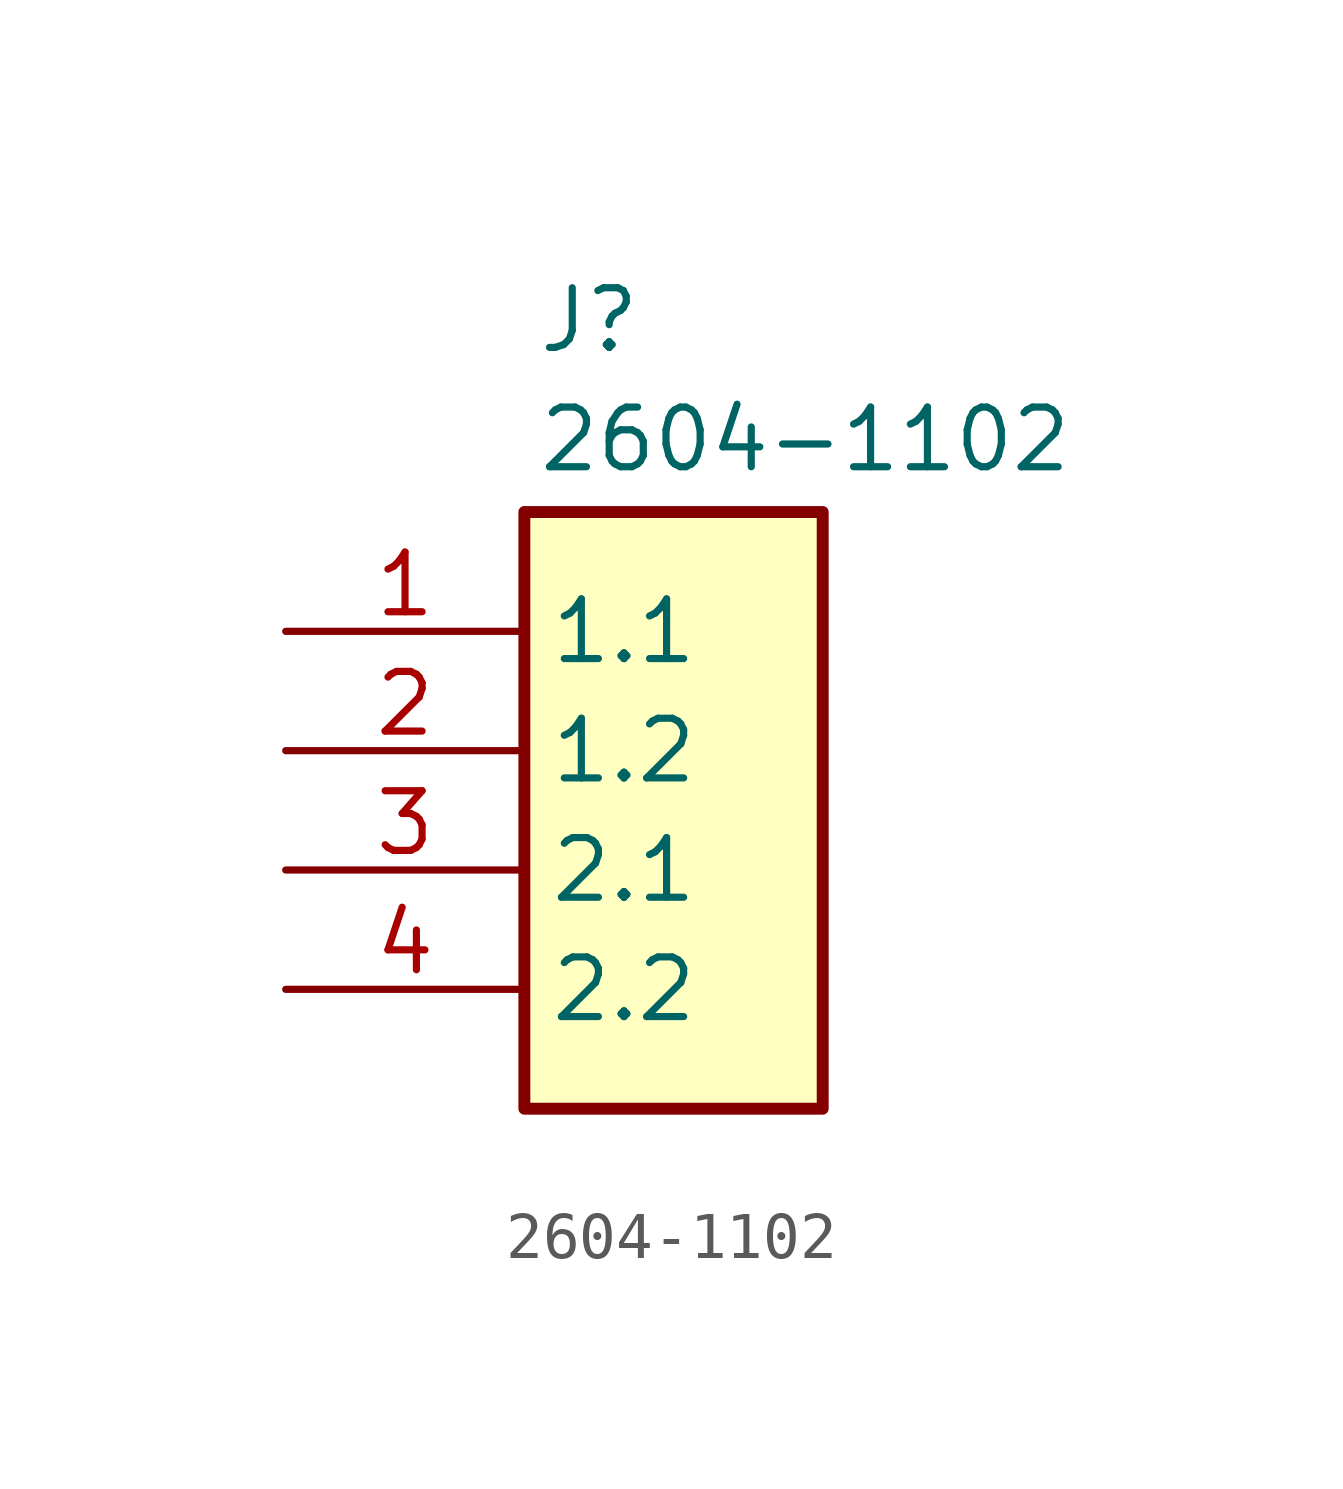
<source format=kicad_sym>
(kicad_symbol_lib
  (version 20231120)
  (generator "kicad_symbol_editor")
  (generator_version "8.0")
  (symbol "2604-1102"
    (property "Reference" "J"
      (at 5.334 7.366 0)
      (effects (font (size 1.27 1.27)) (justify left top)))
    (property "Value" "2604-1102"
      (at 5.334 4.826 0)
      (effects (font (size 1.27 1.27)) (justify left top)))
    (symbol "2604-1102_1_1"
      (rectangle (start 5.08 2.54) (end 11.43 -10.16) (stroke (width 0.254) (type default)) (fill (type background)))
      (pin passive line (at 0 0 0) (length 5.08) (name "1.1" (effects (font (size 1.27 1.27)))) (number "1" (effects (font (size 1.27 1.27)))))
      (pin passive line (at 0 -2.54 0) (length 5.08) (name "1.2" (effects (font (size 1.27 1.27)))) (number "2" (effects (font (size 1.27 1.27)))))
      (pin passive line (at 0 -5.08 0) (length 5.08) (name "2.1" (effects (font (size 1.27 1.27)))) (number "3" (effects (font (size 1.27 1.27)))))
      (pin passive line (at 0 -7.62 0) (length 5.08) (name "2.2" (effects (font (size 1.27 1.27)))) (number "4" (effects (font (size 1.27 1.27))))))))
</source>
